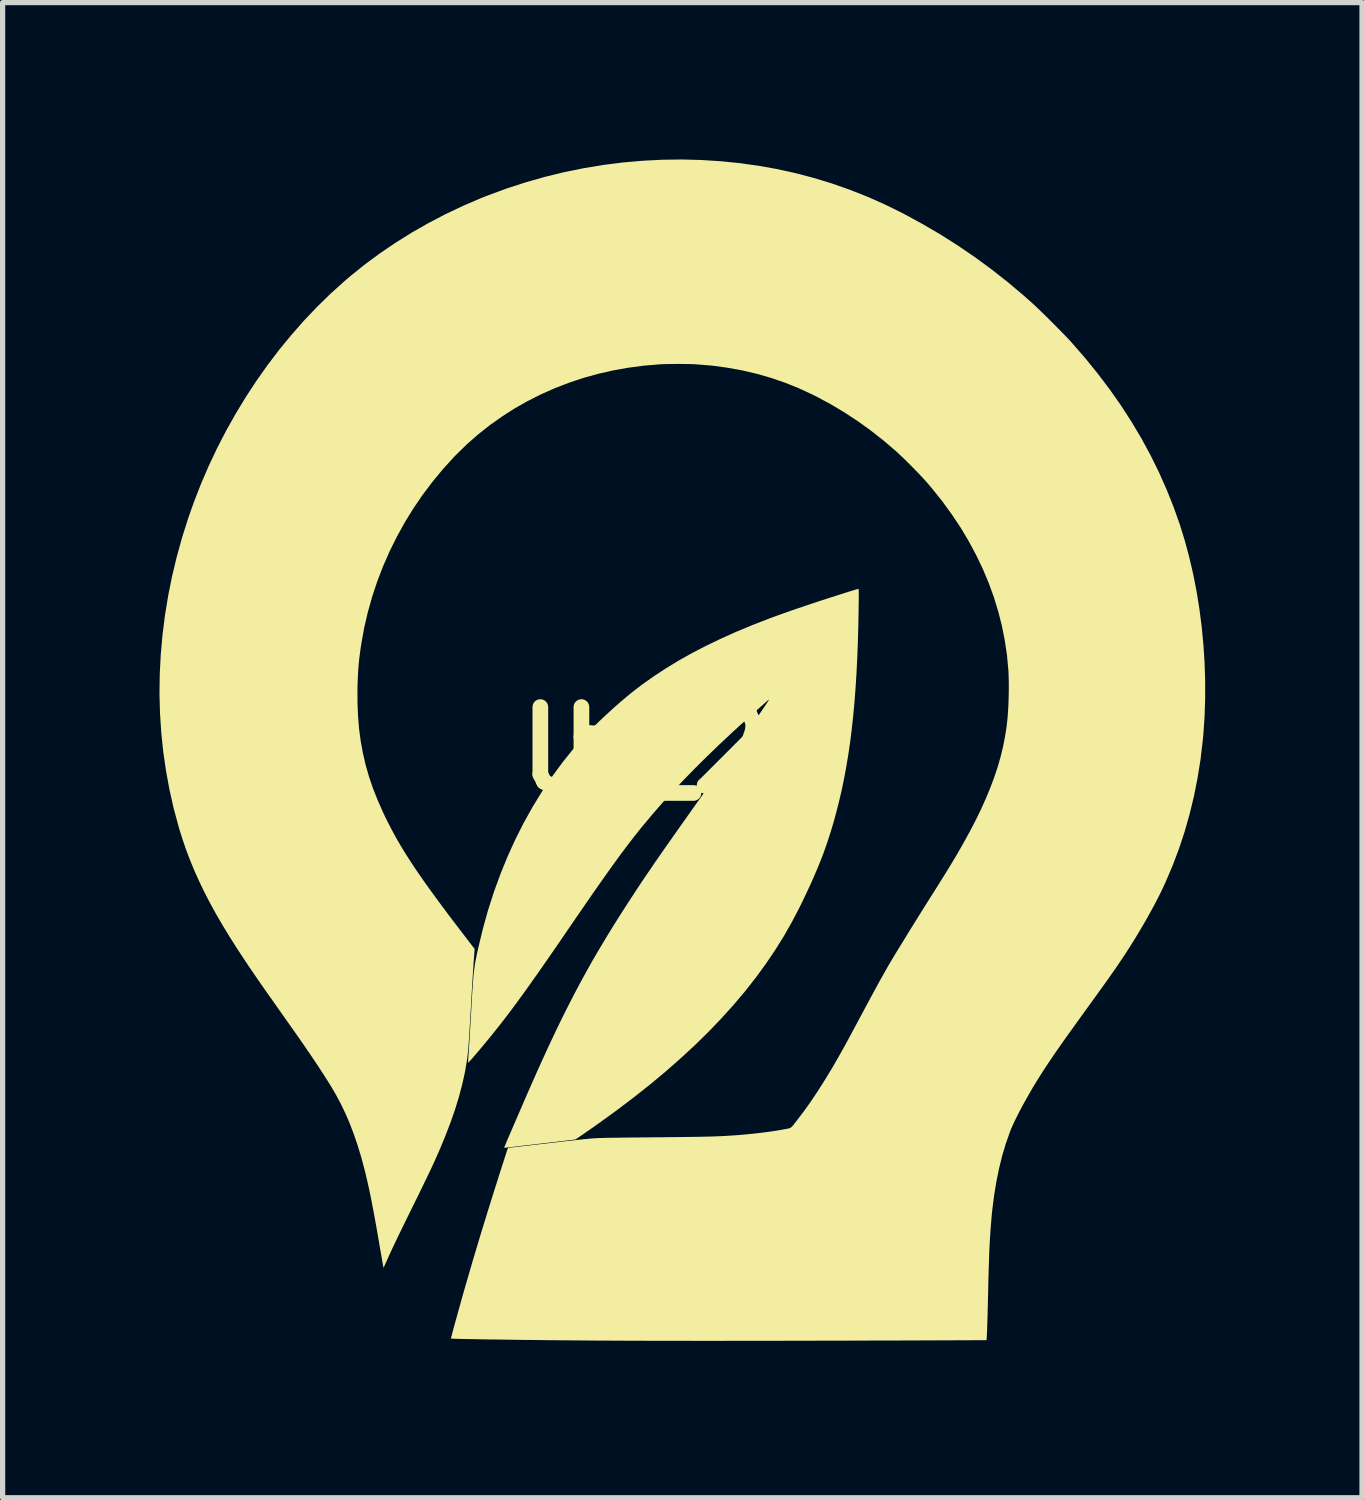
<source format=kicad_pcb>
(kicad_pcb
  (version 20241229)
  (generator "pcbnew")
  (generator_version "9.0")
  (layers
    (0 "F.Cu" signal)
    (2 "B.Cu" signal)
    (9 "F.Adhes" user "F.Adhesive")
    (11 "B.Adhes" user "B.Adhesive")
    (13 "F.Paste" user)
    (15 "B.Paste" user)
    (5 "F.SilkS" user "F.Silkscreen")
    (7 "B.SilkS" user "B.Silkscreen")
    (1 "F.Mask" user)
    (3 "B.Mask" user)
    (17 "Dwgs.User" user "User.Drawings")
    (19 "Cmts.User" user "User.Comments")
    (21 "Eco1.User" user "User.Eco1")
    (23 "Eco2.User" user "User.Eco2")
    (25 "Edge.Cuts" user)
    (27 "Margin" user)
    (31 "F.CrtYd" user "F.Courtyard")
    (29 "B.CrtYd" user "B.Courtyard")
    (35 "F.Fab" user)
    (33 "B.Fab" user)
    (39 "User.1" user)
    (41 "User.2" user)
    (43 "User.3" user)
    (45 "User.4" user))
  (footprint "lb_20"
    (layer "F.Cu")
    (at 9.998 11.294)
    (property "Reference" "lb_20" (at 0 0 0) (layer "F.SilkS") (effects (font (size 1.5 1.5) (thickness 0.3))))
    (attr board_only exclude_from_pos_files exclude_from_bom)
    (fp_poly (pts (xy 3.369 -3.082) (xy 3.371 -3.078) (xy 3.373 -3.07) (xy 3.374 -3.056) (xy 3.375 -3.036) (xy 3.375 -3.009) (xy 3.376 -2.972) (xy 3.375 -2.926) (xy 3.375 -2.868) (xy 3.374 -2.798) (xy 3.373 -2.714) (xy 3.373 -2.711) (xy 3.367 -2.377) (xy 3.358 -2.056) (xy 3.346 -1.749) (xy 3.331 -1.453) (xy 3.313 -1.17) (xy 3.292 -0.897) (xy 3.267 -0.633) (xy 3.239 -0.38) (xy 3.208 -0.134) (xy 3.173 0.104) (xy 3.134 0.335) (xy 3.092 0.56) (xy 3.046 0.78) (xy 2.995 0.996) (xy 2.941 1.208) (xy 2.895 1.375) (xy 2.849 1.531) (xy 2.801 1.682) (xy 2.751 1.83) (xy 2.699 1.977) (xy 2.642 2.124) (xy 2.581 2.274) (xy 2.515 2.428) (xy 2.444 2.588) (xy 2.365 2.756) (xy 2.28 2.934) (xy 2.241 3.013) (xy 2.098 3.286) (xy 1.944 3.557) (xy 1.777 3.825) (xy 1.597 4.091) (xy 1.405 4.354) (xy 1.2 4.615) (xy 0.982 4.873) (xy 0.75 5.13) (xy 0.505 5.386) (xy 0.246 5.64) (xy -0.027 5.892) (xy -0.313 6.144) (xy -0.614 6.395) (xy -0.93 6.645) (xy -1.259 6.894) (xy -1.535 7.094) (xy -1.586 7.131) (xy -1.64 7.169) (xy -1.696 7.209) (xy -1.752 7.248) (xy -1.808 7.286) (xy -1.86 7.323) (xy -1.909 7.357) (xy -1.952 7.386) (xy -1.989 7.411) (xy -2.018 7.431) (xy -2.037 7.443) (xy -2.045 7.448) (xy -2.053 7.449) (xy -2.075 7.452) (xy -2.109 7.456) (xy -2.153 7.461) (xy -2.208 7.468) (xy -2.271 7.475) (xy -2.341 7.484) (xy -2.417 7.493) (xy -2.498 7.502) (xy -2.582 7.512) (xy -2.668 7.522) (xy -2.755 7.533) (xy -2.841 7.543) (xy -2.926 7.553) (xy -3.008 7.562) (xy -3.085 7.571) (xy -3.157 7.58) (xy -3.222 7.587) (xy -3.279 7.594) (xy -3.327 7.599) (xy -3.364 7.603) (xy -3.389 7.606) (xy -3.401 7.607) (xy -3.401 7.607) (xy -3.404 7.601) (xy -3.403 7.594) (xy -3.4 7.585) (xy -3.39 7.564) (xy -3.376 7.531) (xy -3.358 7.487) (xy -3.336 7.435) (xy -3.31 7.375) (xy -3.281 7.308) (xy -3.25 7.236) (xy -3.217 7.159) (xy -3.182 7.079) (xy -3.147 6.997) (xy -3.111 6.914) (xy -3.075 6.831) (xy -3.04 6.75) (xy -3.006 6.671) (xy -2.973 6.596) (xy -2.943 6.526) (xy -2.914 6.462) (xy -2.891 6.408) (xy -2.767 6.128) (xy -2.646 5.861) (xy -2.528 5.605) (xy -2.412 5.36) (xy -2.297 5.123) (xy -2.182 4.893) (xy -2.067 4.67) (xy -1.951 4.451) (xy -1.833 4.235) (xy -1.712 4.02) (xy -1.587 3.806) (xy -1.458 3.591) (xy -1.325 3.373) (xy -1.185 3.151) (xy -1.039 2.924) (xy -0.891 2.697) (xy -0.838 2.617) (xy -0.785 2.537) (xy -0.732 2.458) (xy -0.678 2.378) (xy -0.622 2.297) (xy -0.565 2.213) (xy -0.506 2.126) (xy -0.443 2.036) (xy -0.377 1.94) (xy -0.307 1.84) (xy -0.232 1.734) (xy -0.153 1.621) (xy -0.067 1.5) (xy 0.024 1.371) (xy 0.122 1.232) (xy 0.227 1.084) (xy 0.34 0.925) (xy 0.442 0.782) (xy 0.547 0.635) (xy 0.65 0.491) (xy 0.75 0.35) (xy 0.846 0.213) (xy 0.939 0.081) (xy 1.028 -0.045) (xy 1.113 -0.166) (xy 1.194 -0.281) (xy 1.269 -0.388) (xy 1.339 -0.489) (xy 1.403 -0.581) (xy 1.461 -0.665) (xy 1.512 -0.74) (xy 1.556 -0.806) (xy 1.594 -0.861) (xy 1.623 -0.906) (xy 1.645 -0.94) (xy 1.658 -0.961) (xy 1.66 -0.965) (xy 1.66 -0.967) (xy 1.658 -0.966) (xy 1.652 -0.961) (xy 1.641 -0.952) (xy 1.624 -0.938) (xy 1.6 -0.917) (xy 1.568 -0.888) (xy 1.526 -0.851) (xy 1.494 -0.823) (xy 1.217 -0.576) (xy 0.954 -0.335) (xy 0.703 -0.1) (xy 0.464 0.131) (xy 0.237 0.356) (xy 0.022 0.577) (xy -0.183 0.794) (xy -0.377 1.007) (xy -0.56 1.217) (xy -0.734 1.425) (xy -0.742 1.434) (xy -0.801 1.506) (xy -0.859 1.579) (xy -0.918 1.653) (xy -0.977 1.729) (xy -1.037 1.808) (xy -1.099 1.89) (xy -1.164 1.976) (xy -1.23 2.067) (xy -1.3 2.163) (xy -1.374 2.265) (xy -1.451 2.374) (xy -1.534 2.491) (xy -1.621 2.615) (xy -1.714 2.748) (xy -1.813 2.891) (xy -1.918 3.044) (xy -2.031 3.207) (xy -2.151 3.383) (xy -2.202 3.457) (xy -2.326 3.639) (xy -2.443 3.809) (xy -2.553 3.968) (xy -2.657 4.117) (xy -2.754 4.257) (xy -2.847 4.388) (xy -2.934 4.511) (xy -3.017 4.627) (xy -3.097 4.737) (xy -3.173 4.841) (xy -3.247 4.941) (xy -3.319 5.037) (xy -3.39 5.13) (xy -3.46 5.22) (xy -3.53 5.309) (xy -3.599 5.396) (xy -3.67 5.484) (xy -3.676 5.491) (xy -3.72 5.545) (xy -3.765 5.6) (xy -3.812 5.656) (xy -3.858 5.711) (xy -3.902 5.764) (xy -3.945 5.813) (xy -3.984 5.859) (xy -4.018 5.899) (xy -4.048 5.932) (xy -4.071 5.958) (xy -4.087 5.974) (xy -4.095 5.981) (xy -4.095 5.981) (xy -4.096 5.973) (xy -4.095 5.952) (xy -4.093 5.92) (xy -4.091 5.879) (xy -4.088 5.83) (xy -4.084 5.776) (xy -4.083 5.762) (xy -4.08 5.706) (xy -4.075 5.638) (xy -4.07 5.562) (xy -4.065 5.479) (xy -4.06 5.394) (xy -4.055 5.31) (xy -4.051 5.229) (xy -4.05 5.212) (xy -4.041 5.068) (xy -4.034 4.938) (xy -4.027 4.82) (xy -4.021 4.715) (xy -4.015 4.62) (xy -4.009 4.535) (xy -4.004 4.458) (xy -3.999 4.389) (xy -3.993 4.327) (xy -3.988 4.27) (xy -3.982 4.218) (xy -3.975 4.169) (xy -3.969 4.123) (xy -3.962 4.077) (xy -3.954 4.033) (xy -3.945 3.987) (xy -3.935 3.94) (xy -3.925 3.89) (xy -3.913 3.836) (xy -3.9 3.778) (xy -3.812 3.413) (xy -3.712 3.056) (xy -3.6 2.708) (xy -3.476 2.368) (xy -3.341 2.036) (xy -3.194 1.713) (xy -3.036 1.399) (xy -2.866 1.094) (xy -2.685 0.798) (xy -2.493 0.512) (xy -2.29 0.236) (xy -2.076 -0.031) (xy -1.939 -0.19) (xy -1.865 -0.271) (xy -1.781 -0.359) (xy -1.688 -0.452) (xy -1.589 -0.548) (xy -1.486 -0.646) (xy -1.379 -0.744) (xy -1.272 -0.841) (xy -1.166 -0.933) (xy -1.063 -1.02) (xy -0.976 -1.092) (xy -0.766 -1.254) (xy -0.545 -1.41) (xy -0.313 -1.562) (xy -0.07 -1.71) (xy 0.184 -1.853) (xy 0.451 -1.991) (xy 0.731 -2.126) (xy 1.024 -2.258) (xy 1.331 -2.386) (xy 1.652 -2.511) (xy 1.703 -2.53) (xy 1.812 -2.57) (xy 1.934 -2.613) (xy 2.065 -2.66) (xy 2.205 -2.708) (xy 2.351 -2.757) (xy 2.5 -2.807) (xy 2.65 -2.857) (xy 2.801 -2.906) (xy 2.948 -2.953) (xy 3.091 -2.998) (xy 3.226 -3.041) (xy 3.353 -3.079) (xy 3.363 -3.082) (xy 3.367 -3.083)) (stroke (width 0) (type solid)) (fill yes) (layer "F.SilkS"))
    (fp_poly (pts (xy 0.37 -11.284) (xy 0.745 -11.26) (xy 1.117 -11.222) (xy 1.487 -11.169) (xy 1.803 -11.112) (xy 2.162 -11.034) (xy 2.516 -10.941) (xy 2.865 -10.834) (xy 3.21 -10.713) (xy 3.55 -10.578) (xy 3.885 -10.429) (xy 4.215 -10.266) (xy 4.246 -10.25) (xy 4.6 -10.057) (xy 4.943 -9.856) (xy 5.275 -9.645) (xy 5.598 -9.425) (xy 5.913 -9.194) (xy 6.222 -8.951) (xy 6.526 -8.695) (xy 6.709 -8.532) (xy 6.752 -8.492) (xy 6.803 -8.444) (xy 6.861 -8.388) (xy 6.924 -8.327) (xy 6.991 -8.261) (xy 7.059 -8.193) (xy 7.127 -8.125) (xy 7.194 -8.057) (xy 7.258 -7.992) (xy 7.318 -7.931) (xy 7.37 -7.876) (xy 7.415 -7.828) (xy 7.443 -7.797) (xy 7.702 -7.5) (xy 7.946 -7.199) (xy 8.176 -6.895) (xy 8.392 -6.587) (xy 8.594 -6.274) (xy 8.782 -5.958) (xy 8.956 -5.637) (xy 9.116 -5.312) (xy 9.263 -4.981) (xy 9.397 -4.646) (xy 9.515 -4.314) (xy 9.61 -4.007) (xy 9.695 -3.691) (xy 9.771 -3.366) (xy 9.836 -3.034) (xy 9.89 -2.697) (xy 9.934 -2.356) (xy 9.967 -2.012) (xy 9.989 -1.667) (xy 10 -1.323) (xy 10 -0.98) (xy 9.989 -0.641) (xy 9.966 -0.306) (xy 9.954 -0.179) (xy 9.911 0.184) (xy 9.854 0.539) (xy 9.785 0.887) (xy 9.702 1.228) (xy 9.607 1.563) (xy 9.498 1.892) (xy 9.376 2.214) (xy 9.241 2.531) (xy 9.157 2.71) (xy 9.107 2.81) (xy 9.05 2.92) (xy 8.987 3.038) (xy 8.919 3.161) (xy 8.848 3.287) (xy 8.774 3.413) (xy 8.7 3.538) (xy 8.626 3.659) (xy 8.555 3.772) (xy 8.516 3.832) (xy 8.478 3.891) (xy 8.439 3.95) (xy 8.399 4.01) (xy 8.358 4.071) (xy 8.314 4.136) (xy 8.267 4.204) (xy 8.216 4.276) (xy 8.162 4.354) (xy 8.102 4.438) (xy 8.037 4.529) (xy 7.965 4.629) (xy 7.887 4.737) (xy 7.801 4.856) (xy 7.707 4.985) (xy 7.688 5.012) (xy 7.575 5.169) (xy 7.47 5.315) (xy 7.373 5.45) (xy 7.283 5.577) (xy 7.2 5.695) (xy 7.123 5.806) (xy 7.052 5.91) (xy 6.986 6.009) (xy 6.924 6.103) (xy 6.866 6.193) (xy 6.811 6.281) (xy 6.758 6.366) (xy 6.707 6.45) (xy 6.658 6.534) (xy 6.63 6.583) (xy 6.558 6.71) (xy 6.491 6.832) (xy 6.431 6.946) (xy 6.378 7.053) (xy 6.331 7.15) (xy 6.292 7.238) (xy 6.267 7.302) (xy 6.189 7.523) (xy 6.119 7.756) (xy 6.059 8) (xy 6.007 8.255) (xy 5.963 8.523) (xy 5.928 8.802) (xy 5.916 8.922) (xy 5.909 9.01) (xy 5.901 9.097) (xy 5.895 9.184) (xy 5.889 9.273) (xy 5.883 9.365) (xy 5.878 9.461) (xy 5.873 9.562) (xy 5.869 9.671) (xy 5.865 9.788) (xy 5.861 9.914) (xy 5.857 10.051) (xy 5.853 10.2) (xy 5.85 10.363) (xy 5.849 10.39) (xy 5.846 10.5) (xy 5.844 10.607) (xy 5.841 10.71) (xy 5.839 10.807) (xy 5.836 10.898) (xy 5.833 10.981) (xy 5.831 11.054) (xy 5.829 11.118) (xy 5.826 11.171) (xy 5.824 11.211) (xy 5.823 11.238) (xy 5.822 11.241) (xy 5.818 11.286) (xy 4.58 11.291) (xy 4.304 11.292) (xy 4.025 11.293) (xy 3.745 11.293) (xy 3.463 11.294) (xy 3.181 11.295) (xy 2.9 11.296) (xy 2.619 11.296) (xy 2.341 11.297) (xy 2.065 11.297) (xy 1.792 11.298) (xy 1.523 11.298) (xy 1.259 11.298) (xy 1.001 11.298) (xy 0.749 11.299) (xy 0.503 11.299) (xy 0.266 11.299) (xy 0.037 11.298) (xy -0.183 11.298) (xy -0.393 11.298) (xy -0.592 11.298) (xy -0.78 11.297) (xy -0.956 11.297) (xy -1.119 11.296) (xy -1.268 11.296) (xy -1.371 11.295) (xy -1.516 11.294) (xy -1.665 11.294) (xy -1.817 11.292) (xy -1.971 11.291) (xy -2.126 11.29) (xy -2.282 11.289) (xy -2.437 11.287) (xy -2.592 11.286) (xy -2.745 11.284) (xy -2.896 11.282) (xy -3.044 11.281) (xy -3.189 11.279) (xy -3.329 11.277) (xy -3.464 11.275) (xy -3.593 11.273) (xy -3.715 11.272) (xy -3.83 11.27) (xy -3.937 11.268) (xy -4.036 11.266) (xy -4.125 11.265) (xy -4.204 11.263) (xy -4.272 11.261) (xy -4.328 11.26) (xy -4.372 11.258) (xy -4.403 11.257) (xy -4.42 11.256) (xy -4.424 11.255) (xy -4.423 11.247) (xy -4.418 11.227) (xy -4.409 11.194) (xy -4.398 11.15) (xy -4.384 11.097) (xy -4.367 11.035) (xy -4.348 10.966) (xy -4.327 10.89) (xy -4.305 10.81) (xy -4.282 10.726) (xy -4.257 10.639) (xy -4.233 10.551) (xy -4.208 10.462) (xy -4.183 10.374) (xy -4.172 10.335) (xy -4.011 9.781) (xy -3.845 9.227) (xy -3.673 8.67) (xy -3.494 8.104) (xy -3.482 8.066) (xy -3.46 7.999) (xy -3.439 7.933) (xy -3.419 7.871) (xy -3.401 7.814) (xy -3.385 7.764) (xy -3.372 7.724) (xy -3.363 7.695) (xy -3.362 7.691) (xy -3.349 7.653) (xy -3.338 7.625) (xy -3.329 7.61) (xy -3.325 7.607) (xy -3.317 7.606) (xy -3.294 7.604) (xy -3.259 7.6) (xy -3.212 7.595) (xy -3.154 7.588) (xy -3.086 7.58) (xy -3.01 7.572) (xy -2.925 7.562) (xy -2.834 7.551) (xy -2.737 7.54) (xy -2.634 7.528) (xy -2.55 7.518) (xy -2.419 7.503) (xy -2.301 7.489) (xy -2.196 7.477) (xy -2.103 7.467) (xy -2.02 7.458) (xy -1.948 7.45) (xy -1.883 7.443) (xy -1.826 7.438) (xy -1.776 7.433) (xy -1.732 7.429) (xy -1.691 7.426) (xy -1.654 7.424) (xy -1.62 7.422) (xy -1.602 7.421) (xy -1.57 7.42) (xy -1.525 7.419) (xy -1.467 7.417) (xy -1.398 7.416) (xy -1.319 7.415) (xy -1.231 7.414) (xy -1.134 7.412) (xy -1.032 7.411) (xy -0.923 7.41) (xy -0.811 7.409) (xy -0.695 7.408) (xy -0.577 7.407) (xy -0.529 7.406) (xy -0.361 7.405) (xy -0.207 7.403) (xy -0.066 7.402) (xy 0.063 7.4) (xy 0.182 7.399) (xy 0.29 7.397) (xy 0.39 7.395) (xy 0.482 7.393) (xy 0.567 7.391) (xy 0.647 7.388) (xy 0.721 7.385) (xy 0.792 7.382) (xy 0.861 7.378) (xy 0.927 7.374) (xy 0.993 7.369) (xy 1.06 7.365) (xy 1.127 7.359) (xy 1.151 7.357) (xy 1.291 7.344) (xy 1.432 7.329) (xy 1.572 7.312) (xy 1.707 7.294) (xy 1.834 7.274) (xy 1.95 7.253) (xy 1.963 7.251) (xy 1.996 7.245) (xy 2.023 7.24) (xy 2.044 7.234) (xy 2.062 7.228) (xy 2.078 7.218) (xy 2.094 7.204) (xy 2.112 7.185) (xy 2.134 7.159) (xy 2.161 7.124) (xy 2.195 7.08) (xy 2.208 7.063) (xy 2.336 6.895) (xy 2.465 6.713) (xy 2.595 6.518) (xy 2.727 6.31) (xy 2.862 6.088) (xy 2.998 5.852) (xy 3.023 5.808) (xy 3.05 5.759) (xy 3.078 5.71) (xy 3.106 5.659) (xy 3.136 5.604) (xy 3.168 5.546) (xy 3.202 5.482) (xy 3.241 5.41) (xy 3.283 5.331) (xy 3.331 5.242) (xy 3.384 5.143) (xy 3.435 5.048) (xy 3.51 4.907) (xy 3.579 4.779) (xy 3.643 4.661) (xy 3.702 4.553) (xy 3.756 4.453) (xy 3.807 4.361) (xy 3.856 4.274) (xy 3.902 4.193) (xy 3.946 4.116) (xy 3.99 4.041) (xy 4.034 3.967) (xy 4.078 3.894) (xy 4.123 3.82) (xy 4.17 3.744) (xy 4.191 3.711) (xy 4.217 3.668) (xy 4.248 3.618) (xy 4.281 3.564) (xy 4.314 3.509) (xy 4.342 3.464) (xy 4.366 3.424) (xy 4.398 3.374) (xy 4.435 3.314) (xy 4.477 3.247) (xy 4.522 3.174) (xy 4.57 3.098) (xy 4.619 3.019) (xy 4.669 2.94) (xy 4.714 2.868) (xy 4.785 2.756) (xy 4.849 2.655) (xy 4.906 2.564) (xy 4.957 2.482) (xy 5.003 2.408) (xy 5.045 2.341) (xy 5.083 2.279) (xy 5.119 2.22) (xy 5.152 2.165) (xy 5.184 2.112) (xy 5.216 2.059) (xy 5.24 2.019) (xy 5.376 1.782) (xy 5.501 1.554) (xy 5.616 1.334) (xy 5.719 1.121) (xy 5.812 0.913) (xy 5.895 0.711) (xy 5.969 0.514) (xy 6.033 0.32) (xy 6.088 0.129) (xy 6.134 -0.061) (xy 6.171 -0.249) (xy 6.201 -0.436) (xy 6.213 -0.54) (xy 6.223 -0.636) (xy 6.23 -0.742) (xy 6.237 -0.857) (xy 6.241 -0.976) (xy 6.244 -1.097) (xy 6.245 -1.216) (xy 6.244 -1.33) (xy 6.241 -1.435) (xy 6.237 -1.53) (xy 6.236 -1.533) (xy 6.21 -1.815) (xy 6.168 -2.096) (xy 6.113 -2.375) (xy 6.042 -2.652) (xy 5.958 -2.927) (xy 5.859 -3.198) (xy 5.746 -3.467) (xy 5.619 -3.732) (xy 5.479 -3.993) (xy 5.325 -4.251) (xy 5.157 -4.503) (xy 4.977 -4.752) (xy 4.783 -4.995) (xy 4.651 -5.149) (xy 4.609 -5.195) (xy 4.558 -5.249) (xy 4.501 -5.309) (xy 4.439 -5.373) (xy 4.374 -5.439) (xy 4.309 -5.503) (xy 4.246 -5.566) (xy 4.186 -5.623) (xy 4.132 -5.674) (xy 4.086 -5.717) (xy 4.083 -5.719) (xy 3.844 -5.923) (xy 3.602 -6.113) (xy 3.356 -6.29) (xy 3.104 -6.455) (xy 2.845 -6.61) (xy 2.578 -6.754) (xy 2.488 -6.799) (xy 2.231 -6.918) (xy 1.968 -7.024) (xy 1.7 -7.116) (xy 1.427 -7.195) (xy 1.148 -7.26) (xy 0.862 -7.312) (xy 0.571 -7.351) (xy 0.272 -7.376) (xy 0.218 -7.379) (xy 0.153 -7.381) (xy 0.079 -7.382) (xy -0.002 -7.383) (xy -0.085 -7.384) (xy -0.168 -7.383) (xy -0.248 -7.382) (xy -0.322 -7.381) (xy -0.387 -7.379) (xy -0.432 -7.376) (xy -0.734 -7.351) (xy -1.031 -7.312) (xy -1.323 -7.26) (xy -1.611 -7.194) (xy -1.892 -7.116) (xy -2.169 -7.024) (xy -2.438 -6.92) (xy -2.701 -6.803) (xy -2.957 -6.674) (xy -3.206 -6.533) (xy -3.446 -6.379) (xy -3.679 -6.214) (xy -3.902 -6.038) (xy -4.117 -5.85) (xy -4.321 -5.65) (xy -4.371 -5.599) (xy -4.582 -5.366) (xy -4.781 -5.125) (xy -4.969 -4.875) (xy -5.144 -4.618) (xy -5.308 -4.352) (xy -5.458 -4.08) (xy -5.596 -3.802) (xy -5.721 -3.517) (xy -5.832 -3.228) (xy -5.93 -2.934) (xy -6.014 -2.635) (xy -6.084 -2.333) (xy -6.139 -2.027) (xy -6.143 -2.004) (xy -6.161 -1.874) (xy -6.177 -1.751) (xy -6.189 -1.631) (xy -6.198 -1.51) (xy -6.205 -1.384) (xy -6.21 -1.25) (xy -6.212 -1.155) (xy -6.211 -0.896) (xy -6.201 -0.647) (xy -6.181 -0.406) (xy -6.15 -0.172) (xy -6.108 0.057) (xy -6.056 0.283) (xy -5.992 0.506) (xy -5.916 0.73) (xy -5.827 0.955) (xy -5.726 1.184) (xy -5.682 1.278) (xy -5.628 1.386) (xy -5.573 1.493) (xy -5.516 1.6) (xy -5.456 1.708) (xy -5.393 1.817) (xy -5.326 1.928) (xy -5.254 2.042) (xy -5.178 2.16) (xy -5.097 2.282) (xy -5.01 2.409) (xy -4.916 2.543) (xy -4.816 2.683) (xy -4.708 2.831) (xy -4.592 2.988) (xy -4.469 3.153) (xy -4.336 3.328) (xy -4.229 3.468) (xy -4.185 3.526) (xy -4.142 3.581) (xy -4.104 3.632) (xy -4.069 3.677) (xy -4.039 3.716) (xy -4.016 3.746) (xy -3.999 3.768) (xy -3.991 3.778) (xy -3.971 3.805) (xy -3.99 4.062) (xy -3.994 4.128) (xy -3.999 4.206) (xy -4.005 4.292) (xy -4.011 4.383) (xy -4.017 4.474) (xy -4.022 4.562) (xy -4.027 4.645) (xy -4.027 4.649) (xy -4.036 4.801) (xy -4.044 4.939) (xy -4.051 5.064) (xy -4.058 5.176) (xy -4.064 5.277) (xy -4.069 5.367) (xy -4.074 5.448) (xy -4.079 5.519) (xy -4.083 5.582) (xy -4.087 5.638) (xy -4.091 5.688) (xy -4.095 5.731) (xy -4.098 5.771) (xy -4.102 5.806) (xy -4.105 5.838) (xy -4.109 5.867) (xy -4.112 5.896) (xy -4.116 5.924) (xy -4.117 5.931) (xy -4.155 6.154) (xy -4.206 6.384) (xy -4.268 6.621) (xy -4.343 6.867) (xy -4.431 7.12) (xy -4.531 7.381) (xy -4.622 7.601) (xy -4.649 7.664) (xy -4.676 7.725) (xy -4.703 7.786) (xy -4.73 7.847) (xy -4.759 7.91) (xy -4.789 7.976) (xy -4.822 8.045) (xy -4.857 8.119) (xy -4.896 8.2) (xy -4.939 8.288) (xy -4.986 8.385) (xy -5.037 8.491) (xy -5.095 8.608) (xy -5.158 8.737) (xy -5.171 8.762) (xy -5.237 8.896) (xy -5.297 9.019) (xy -5.351 9.129) (xy -5.4 9.23) (xy -5.445 9.322) (xy -5.485 9.407) (xy -5.522 9.484) (xy -5.556 9.556) (xy -5.587 9.623) (xy -5.616 9.687) (xy -5.644 9.749) (xy -5.655 9.774) (xy -5.713 9.903) (xy -5.729 9.819) (xy -5.733 9.793) (xy -5.74 9.754) (xy -5.749 9.705) (xy -5.759 9.648) (xy -5.77 9.584) (xy -5.782 9.517) (xy -5.794 9.447) (xy -5.797 9.429) (xy -5.825 9.266) (xy -5.851 9.117) (xy -5.876 8.98) (xy -5.899 8.854) (xy -5.921 8.738) (xy -5.941 8.63) (xy -5.962 8.529) (xy -5.981 8.434) (xy -6.001 8.344) (xy -6.02 8.258) (xy -6.04 8.173) (xy -6.06 8.089) (xy -6.073 8.037) (xy -6.136 7.799) (xy -6.204 7.574) (xy -6.276 7.361) (xy -6.353 7.158) (xy -6.436 6.963) (xy -6.525 6.776) (xy -6.622 6.594) (xy -6.726 6.416) (xy -6.757 6.367) (xy -6.805 6.291) (xy -6.853 6.216) (xy -6.901 6.142) (xy -6.949 6.067) (xy -7 5.992) (xy -7.052 5.913) (xy -7.107 5.832) (xy -7.166 5.746) (xy -7.228 5.654) (xy -7.296 5.557) (xy -7.369 5.452) (xy -7.448 5.34) (xy -7.534 5.218) (xy -7.627 5.086) (xy -7.728 4.943) (xy -7.733 4.936) (xy -7.823 4.808) (xy -7.906 4.691) (xy -7.982 4.583) (xy -8.052 4.483) (xy -8.116 4.39) (xy -8.177 4.301) (xy -8.235 4.216) (xy -8.291 4.134) (xy -8.346 4.052) (xy -8.367 4.02) (xy -8.523 3.783) (xy -8.667 3.555) (xy -8.801 3.334) (xy -8.925 3.12) (xy -9.039 2.911) (xy -9.145 2.706) (xy -9.242 2.504) (xy -9.331 2.305) (xy -9.413 2.107) (xy -9.488 1.91) (xy -9.556 1.711) (xy -9.619 1.511) (xy -9.63 1.472) (xy -9.726 1.117) (xy -9.807 0.759) (xy -9.873 0.398) (xy -9.926 0.033) (xy -9.964 -0.334) (xy -9.988 -0.703) (xy -9.998 -1.074) (xy -9.993 -1.446) (xy -9.974 -1.82) (xy -9.941 -2.195) (xy -9.894 -2.57) (xy -9.833 -2.945) (xy -9.758 -3.32) (xy -9.668 -3.694) (xy -9.565 -4.067) (xy -9.447 -4.438) (xy -9.341 -4.739) (xy -9.205 -5.088) (xy -9.057 -5.432) (xy -8.897 -5.771) (xy -8.725 -6.104) (xy -8.542 -6.43) (xy -8.348 -6.749) (xy -8.144 -7.061) (xy -7.93 -7.363) (xy -7.707 -7.657) (xy -7.474 -7.94) (xy -7.234 -8.213) (xy -6.985 -8.475) (xy -6.729 -8.725) (xy -6.466 -8.962) (xy -6.355 -9.058) (xy -6.075 -9.283) (xy -5.784 -9.498) (xy -5.483 -9.702) (xy -5.173 -9.896) (xy -4.854 -10.078) (xy -4.527 -10.249) (xy -4.193 -10.407) (xy -3.852 -10.554) (xy -3.709 -10.61) (xy -3.351 -10.742) (xy -2.988 -10.859) (xy -2.622 -10.963) (xy -2.253 -11.053) (xy -1.882 -11.128) (xy -1.508 -11.19) (xy -1.133 -11.237) (xy -0.757 -11.27) (xy -0.381 -11.289) (xy -0.005 -11.294)) (stroke (width 0) (type solid)) (fill yes) (layer "F.SilkS")))
  (gr_rect
    (start -3 -3)
    (end 22.998 25.593)
    (stroke (width 0.1) (type default))
    (fill no)
    (layer "Edge.Cuts")))
</source>
